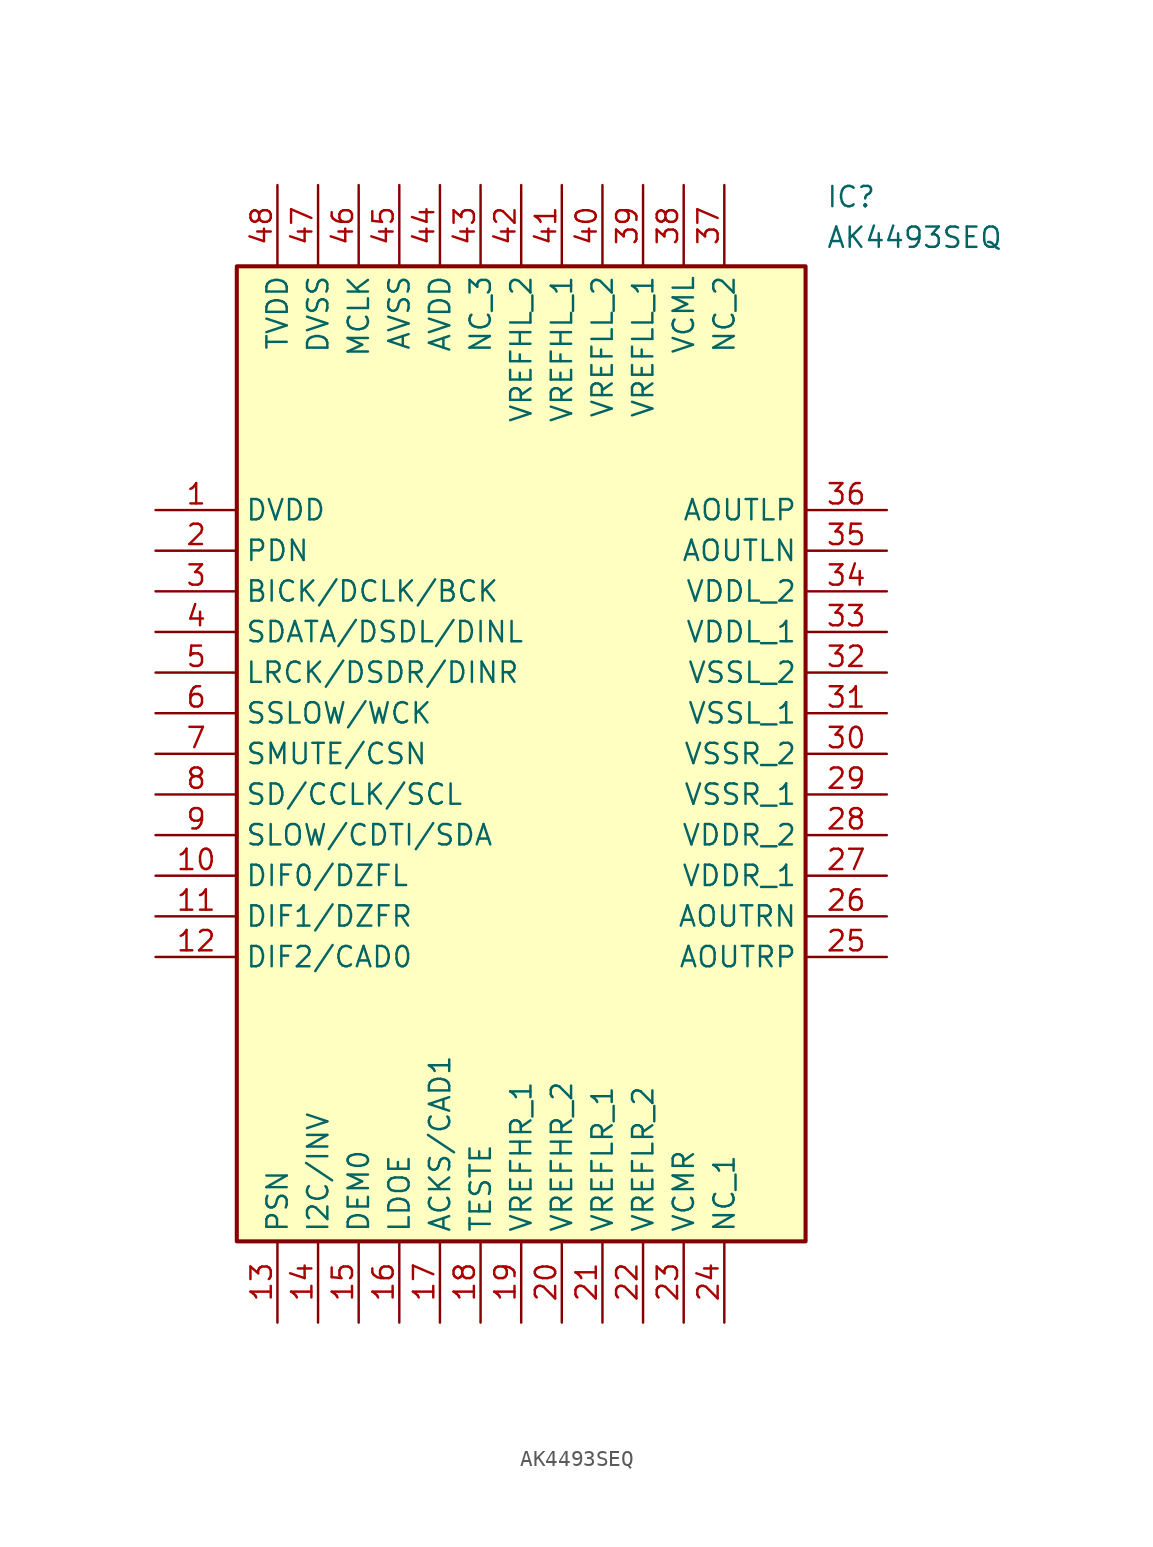
<source format=kicad_sym>
(kicad_symbol_lib
  (version 20211014)
  (generator SamacSys_ECAD_Model)
  (symbol "AK4493SEQ"
    (property "Reference" "IC"
      (at 41.91 20.32 0)
      (effects (font (size 1.27 1.27)) (justify left top)))
    (property "Value" "AK4493SEQ"
      (at 41.91 17.78 0)
      (effects (font (size 1.27 1.27)) (justify left top)))
    (rectangle
      (start 5.08 15.24)
      (end 40.64 -45.72)
      (stroke (width 0.254) (type default))
      (fill (type background)))
    (pin passive line
      (at 0 0 0)
      (length 5.08)
      (name "DVDD" (effects (font (size 1.27 1.27))))
      (number "1" (effects (font (size 1.27 1.27)))))
    (pin passive line
      (at 0 -2.54 0)
      (length 5.08)
      (name "PDN" (effects (font (size 1.27 1.27))))
      (number "2" (effects (font (size 1.27 1.27)))))
    (pin passive line
      (at 0 -5.08 0)
      (length 5.08)
      (name "BICK/DCLK/BCK" (effects (font (size 1.27 1.27))))
      (number "3" (effects (font (size 1.27 1.27)))))
    (pin passive line
      (at 0 -7.62 0)
      (length 5.08)
      (name "SDATA/DSDL/DINL" (effects (font (size 1.27 1.27))))
      (number "4" (effects (font (size 1.27 1.27)))))
    (pin passive line
      (at 0 -10.16 0)
      (length 5.08)
      (name "LRCK/DSDR/DINR" (effects (font (size 1.27 1.27))))
      (number "5" (effects (font (size 1.27 1.27)))))
    (pin passive line
      (at 0 -12.7 0)
      (length 5.08)
      (name "SSLOW/WCK" (effects (font (size 1.27 1.27))))
      (number "6" (effects (font (size 1.27 1.27)))))
    (pin passive line
      (at 0 -15.24 0)
      (length 5.08)
      (name "SMUTE/CSN" (effects (font (size 1.27 1.27))))
      (number "7" (effects (font (size 1.27 1.27)))))
    (pin passive line
      (at 0 -17.78 0)
      (length 5.08)
      (name "SD/CCLK/SCL" (effects (font (size 1.27 1.27))))
      (number "8" (effects (font (size 1.27 1.27)))))
    (pin passive line
      (at 0 -20.32 0)
      (length 5.08)
      (name "SLOW/CDTI/SDA" (effects (font (size 1.27 1.27))))
      (number "9" (effects (font (size 1.27 1.27)))))
    (pin passive line
      (at 0 -22.86 0)
      (length 5.08)
      (name "DIF0/DZFL" (effects (font (size 1.27 1.27))))
      (number "10" (effects (font (size 1.27 1.27)))))
    (pin passive line
      (at 0 -25.4 0)
      (length 5.08)
      (name "DIF1/DZFR" (effects (font (size 1.27 1.27))))
      (number "11" (effects (font (size 1.27 1.27)))))
    (pin passive line
      (at 0 -27.94 0)
      (length 5.08)
      (name "DIF2/CAD0" (effects (font (size 1.27 1.27))))
      (number "12" (effects (font (size 1.27 1.27)))))
    (pin passive line
      (at 7.62 -50.8 90)
      (length 5.08)
      (name "PSN" (effects (font (size 1.27 1.27))))
      (number "13" (effects (font (size 1.27 1.27)))))
    (pin passive line
      (at 10.16 -50.8 90)
      (length 5.08)
      (name "I2C/INV" (effects (font (size 1.27 1.27))))
      (number "14" (effects (font (size 1.27 1.27)))))
    (pin passive line
      (at 12.7 -50.8 90)
      (length 5.08)
      (name "DEM0" (effects (font (size 1.27 1.27))))
      (number "15" (effects (font (size 1.27 1.27)))))
    (pin passive line
      (at 15.24 -50.8 90)
      (length 5.08)
      (name "LDOE" (effects (font (size 1.27 1.27))))
      (number "16" (effects (font (size 1.27 1.27)))))
    (pin passive line
      (at 17.78 -50.8 90)
      (length 5.08)
      (name "ACKS/CAD1" (effects (font (size 1.27 1.27))))
      (number "17" (effects (font (size 1.27 1.27)))))
    (pin passive line
      (at 20.32 -50.8 90)
      (length 5.08)
      (name "TESTE" (effects (font (size 1.27 1.27))))
      (number "18" (effects (font (size 1.27 1.27)))))
    (pin passive line
      (at 22.86 -50.8 90)
      (length 5.08)
      (name "VREFHR_1" (effects (font (size 1.27 1.27))))
      (number "19" (effects (font (size 1.27 1.27)))))
    (pin passive line
      (at 25.4 -50.8 90)
      (length 5.08)
      (name "VREFHR_2" (effects (font (size 1.27 1.27))))
      (number "20" (effects (font (size 1.27 1.27)))))
    (pin passive line
      (at 27.94 -50.8 90)
      (length 5.08)
      (name "VREFLR_1" (effects (font (size 1.27 1.27))))
      (number "21" (effects (font (size 1.27 1.27)))))
    (pin passive line
      (at 30.48 -50.8 90)
      (length 5.08)
      (name "VREFLR_2" (effects (font (size 1.27 1.27))))
      (number "22" (effects (font (size 1.27 1.27)))))
    (pin passive line
      (at 33.02 -50.8 90)
      (length 5.08)
      (name "VCMR" (effects (font (size 1.27 1.27))))
      (number "23" (effects (font (size 1.27 1.27)))))
    (pin passive line
      (at 35.56 -50.8 90)
      (length 5.08)
      (name "NC_1" (effects (font (size 1.27 1.27))))
      (number "24" (effects (font (size 1.27 1.27)))))
    (pin passive line
      (at 45.72 0 180)
      (length 5.08)
      (name "AOUTLP" (effects (font (size 1.27 1.27))))
      (number "36" (effects (font (size 1.27 1.27)))))
    (pin passive line
      (at 45.72 -2.54 180)
      (length 5.08)
      (name "AOUTLN" (effects (font (size 1.27 1.27))))
      (number "35" (effects (font (size 1.27 1.27)))))
    (pin passive line
      (at 45.72 -5.08 180)
      (length 5.08)
      (name "VDDL_2" (effects (font (size 1.27 1.27))))
      (number "34" (effects (font (size 1.27 1.27)))))
    (pin passive line
      (at 45.72 -7.62 180)
      (length 5.08)
      (name "VDDL_1" (effects (font (size 1.27 1.27))))
      (number "33" (effects (font (size 1.27 1.27)))))
    (pin passive line
      (at 45.72 -10.16 180)
      (length 5.08)
      (name "VSSL_2" (effects (font (size 1.27 1.27))))
      (number "32" (effects (font (size 1.27 1.27)))))
    (pin passive line
      (at 45.72 -12.7 180)
      (length 5.08)
      (name "VSSL_1" (effects (font (size 1.27 1.27))))
      (number "31" (effects (font (size 1.27 1.27)))))
    (pin passive line
      (at 45.72 -15.24 180)
      (length 5.08)
      (name "VSSR_2" (effects (font (size 1.27 1.27))))
      (number "30" (effects (font (size 1.27 1.27)))))
    (pin passive line
      (at 45.72 -17.78 180)
      (length 5.08)
      (name "VSSR_1" (effects (font (size 1.27 1.27))))
      (number "29" (effects (font (size 1.27 1.27)))))
    (pin passive line
      (at 45.72 -20.32 180)
      (length 5.08)
      (name "VDDR_2" (effects (font (size 1.27 1.27))))
      (number "28" (effects (font (size 1.27 1.27)))))
    (pin passive line
      (at 45.72 -22.86 180)
      (length 5.08)
      (name "VDDR_1" (effects (font (size 1.27 1.27))))
      (number "27" (effects (font (size 1.27 1.27)))))
    (pin passive line
      (at 45.72 -25.4 180)
      (length 5.08)
      (name "AOUTRN" (effects (font (size 1.27 1.27))))
      (number "26" (effects (font (size 1.27 1.27)))))
    (pin passive line
      (at 45.72 -27.94 180)
      (length 5.08)
      (name "AOUTRP" (effects (font (size 1.27 1.27))))
      (number "25" (effects (font (size 1.27 1.27)))))
    (pin passive line
      (at 7.62 20.32 270)
      (length 5.08)
      (name "TVDD" (effects (font (size 1.27 1.27))))
      (number "48" (effects (font (size 1.27 1.27)))))
    (pin passive line
      (at 10.16 20.32 270)
      (length 5.08)
      (name "DVSS" (effects (font (size 1.27 1.27))))
      (number "47" (effects (font (size 1.27 1.27)))))
    (pin passive line
      (at 12.7 20.32 270)
      (length 5.08)
      (name "MCLK" (effects (font (size 1.27 1.27))))
      (number "46" (effects (font (size 1.27 1.27)))))
    (pin passive line
      (at 15.24 20.32 270)
      (length 5.08)
      (name "AVSS" (effects (font (size 1.27 1.27))))
      (number "45" (effects (font (size 1.27 1.27)))))
    (pin passive line
      (at 17.78 20.32 270)
      (length 5.08)
      (name "AVDD" (effects (font (size 1.27 1.27))))
      (number "44" (effects (font (size 1.27 1.27)))))
    (pin passive line
      (at 20.32 20.32 270)
      (length 5.08)
      (name "NC_3" (effects (font (size 1.27 1.27))))
      (number "43" (effects (font (size 1.27 1.27)))))
    (pin passive line
      (at 22.86 20.32 270)
      (length 5.08)
      (name "VREFHL_2" (effects (font (size 1.27 1.27))))
      (number "42" (effects (font (size 1.27 1.27)))))
    (pin passive line
      (at 25.4 20.32 270)
      (length 5.08)
      (name "VREFHL_1" (effects (font (size 1.27 1.27))))
      (number "41" (effects (font (size 1.27 1.27)))))
    (pin passive line
      (at 27.94 20.32 270)
      (length 5.08)
      (name "VREFLL_2" (effects (font (size 1.27 1.27))))
      (number "40" (effects (font (size 1.27 1.27)))))
    (pin passive line
      (at 30.48 20.32 270)
      (length 5.08)
      (name "VREFLL_1" (effects (font (size 1.27 1.27))))
      (number "39" (effects (font (size 1.27 1.27)))))
    (pin passive line
      (at 33.02 20.32 270)
      (length 5.08)
      (name "VCML" (effects (font (size 1.27 1.27))))
      (number "38" (effects (font (size 1.27 1.27)))))
    (pin passive line
      (at 35.56 20.32 270)
      (length 5.08)
      (name "NC_2" (effects (font (size 1.27 1.27))))
      (number "37" (effects (font (size 1.27 1.27)))))))
</source>
